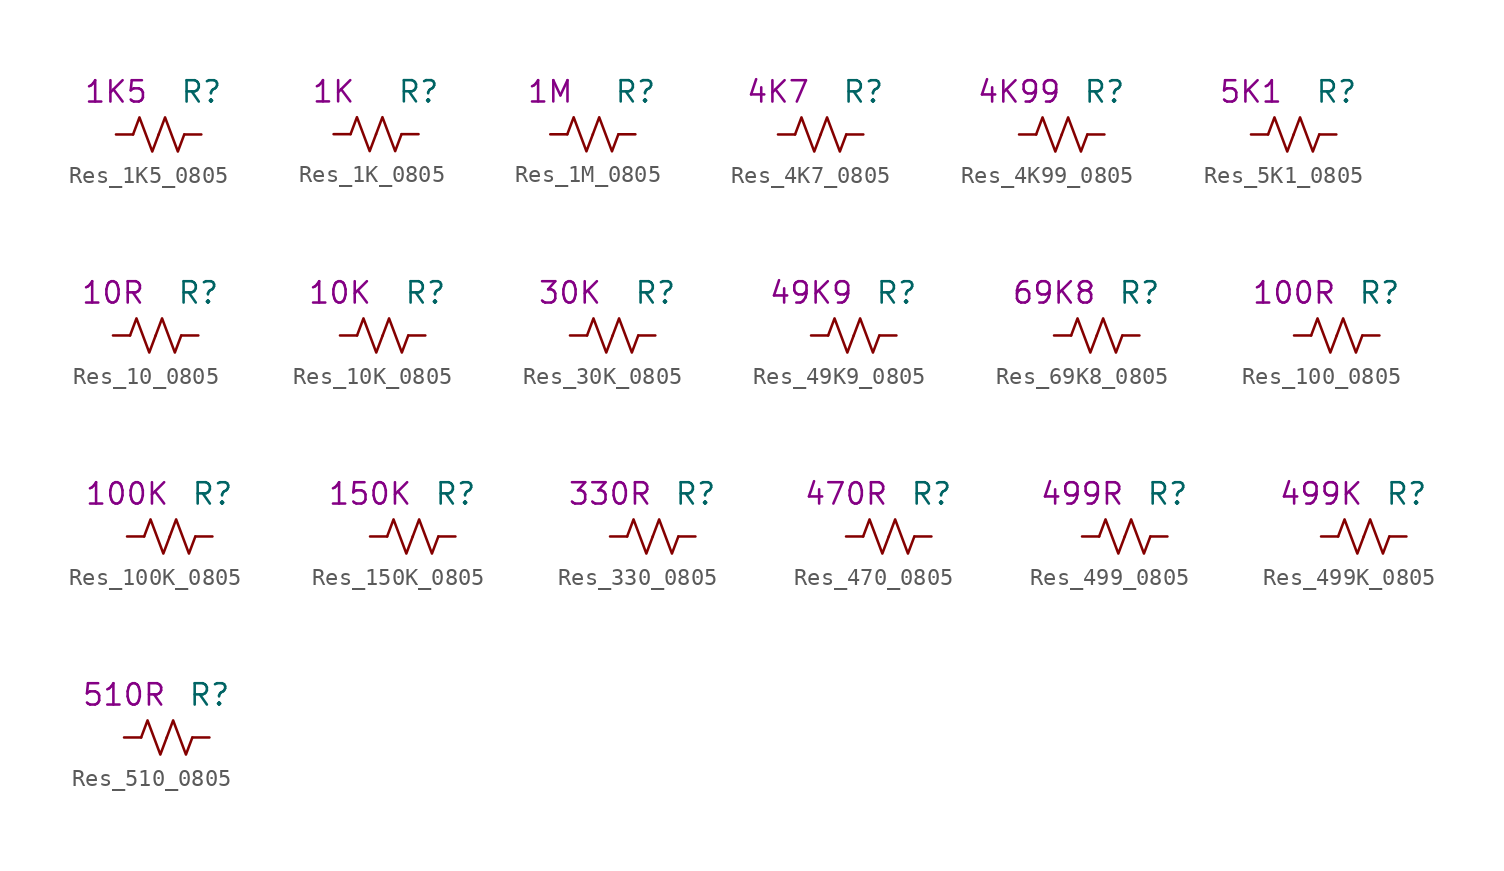
<source format=kicad_sym>
(kicad_symbol_lib
  (version 20211014)
  (generator kicad_symbol_editor)
  (symbol "Res_1K5_0805"
    (pin_numbers hide)
    (pin_names
      (offset 0) hide)
    (property "Reference" "R"
      (at 5.08 2.54 0)
      (effects (font (size 1.27 1.27))))
    (property "Property" "1K5"
      (at 0 2.54 0)
      (effects (font (size 1.27 1.27))))
    (symbol "Res_1K5_0805_1_1"
      (polyline (pts (xy 2.54 0) (xy 2.159 -1.016) (xy 1.778 0) (xy 1.397 1.016) (xy 1.016 0)) (stroke (width 0) (type default) (color 0 0 0 0)) (fill (type none)))
      (polyline (pts (xy 4.064 0) (xy 3.683 -1.016) (xy 3.302 0) (xy 2.921 1.016) (xy 2.54 0)) (stroke (width 0) (type default) (color 0 0 0 0)) (fill (type none)))
      (pin passive line (at 0 0 0) (length 1.016) (name "~" (effects (font (size 1.27 1.27)))) (number "1" (effects (font (size 1.27 1.27)))))
      (pin passive line (at 5.08 0 180) (length 1.016) (name "~" (effects (font (size 1.27 1.27)))) (number "2" (effects (font (size 1.27 1.27)))))))
  (symbol "Res_1K_0805"
    (pin_numbers hide)
    (pin_names
      (offset 0) hide)
    (property "Reference" "R"
      (at 5.08 2.54 0)
      (effects (font (size 1.27 1.27))))
    (property "Property" "1K"
      (at 0 2.54 0)
      (effects (font (size 1.27 1.27))))
    (symbol "Res_1K_0805_1_1"
      (polyline (pts (xy 2.54 0) (xy 2.159 -1.016) (xy 1.778 0) (xy 1.397 1.016) (xy 1.016 0)) (stroke (width 0) (type default) (color 0 0 0 0)) (fill (type none)))
      (polyline (pts (xy 4.064 0) (xy 3.683 -1.016) (xy 3.302 0) (xy 2.921 1.016) (xy 2.54 0)) (stroke (width 0) (type default) (color 0 0 0 0)) (fill (type none)))
      (pin passive line (at 0 0 0) (length 1.016) (name "~" (effects (font (size 1.27 1.27)))) (number "1" (effects (font (size 1.27 1.27)))))
      (pin passive line (at 5.08 0 180) (length 1.016) (name "~" (effects (font (size 1.27 1.27)))) (number "2" (effects (font (size 1.27 1.27)))))))
  (symbol "Res_1M_0805"
    (pin_numbers hide)
    (pin_names
      (offset 0) hide)
    (property "Reference" "R"
      (at 5.08 2.54 0)
      (effects (font (size 1.27 1.27))))
    (property "Property" "1M"
      (at 0 2.54 0)
      (effects (font (size 1.27 1.27))))
    (symbol "Res_1M_0805_1_1"
      (polyline (pts (xy 2.54 0) (xy 2.159 -1.016) (xy 1.778 0) (xy 1.397 1.016) (xy 1.016 0)) (stroke (width 0) (type default) (color 0 0 0 0)) (fill (type none)))
      (polyline (pts (xy 4.064 0) (xy 3.683 -1.016) (xy 3.302 0) (xy 2.921 1.016) (xy 2.54 0)) (stroke (width 0) (type default) (color 0 0 0 0)) (fill (type none)))
      (pin passive line (at 0 0 0) (length 1.016) (name "~" (effects (font (size 1.27 1.27)))) (number "1" (effects (font (size 1.27 1.27)))))
      (pin passive line (at 5.08 0 180) (length 1.016) (name "~" (effects (font (size 1.27 1.27)))) (number "2" (effects (font (size 1.27 1.27)))))))
  (symbol "Res_4K7_0805"
    (pin_numbers hide)
    (pin_names
      (offset 0) hide)
    (property "Reference" "R"
      (at 5.08 2.54 0)
      (effects (font (size 1.27 1.27))))
    (property "Property" "4K7"
      (at 0 2.54 0)
      (effects (font (size 1.27 1.27))))
    (symbol "Res_4K7_0805_1_1"
      (polyline (pts (xy 2.54 0) (xy 2.159 -1.016) (xy 1.778 0) (xy 1.397 1.016) (xy 1.016 0)) (stroke (width 0) (type default) (color 0 0 0 0)) (fill (type none)))
      (polyline (pts (xy 4.064 0) (xy 3.683 -1.016) (xy 3.302 0) (xy 2.921 1.016) (xy 2.54 0)) (stroke (width 0) (type default) (color 0 0 0 0)) (fill (type none)))
      (pin passive line (at 0 0 0) (length 1.016) (name "~" (effects (font (size 1.27 1.27)))) (number "1" (effects (font (size 1.27 1.27)))))
      (pin passive line (at 5.08 0 180) (length 1.016) (name "~" (effects (font (size 1.27 1.27)))) (number "2" (effects (font (size 1.27 1.27)))))))
  (symbol "Res_4K99_0805"
    (pin_numbers hide)
    (pin_names
      (offset 0) hide)
    (property "Reference" "R"
      (at 5.08 2.54 0)
      (effects (font (size 1.27 1.27))))
    (property "Property" "4K99"
      (at 0 2.54 0)
      (effects (font (size 1.27 1.27))))
    (symbol "Res_4K99_0805_1_1"
      (polyline (pts (xy 2.54 0) (xy 2.159 -1.016) (xy 1.778 0) (xy 1.397 1.016) (xy 1.016 0)) (stroke (width 0) (type default) (color 0 0 0 0)) (fill (type none)))
      (polyline (pts (xy 4.064 0) (xy 3.683 -1.016) (xy 3.302 0) (xy 2.921 1.016) (xy 2.54 0)) (stroke (width 0) (type default) (color 0 0 0 0)) (fill (type none)))
      (pin passive line (at 0 0 0) (length 1.016) (name "~" (effects (font (size 1.27 1.27)))) (number "1" (effects (font (size 1.27 1.27)))))
      (pin passive line (at 5.08 0 180) (length 1.016) (name "~" (effects (font (size 1.27 1.27)))) (number "2" (effects (font (size 1.27 1.27)))))))
  (symbol "Res_5K1_0805"
    (pin_numbers hide)
    (pin_names
      (offset 0) hide)
    (property "Reference" "R"
      (at 5.08 2.54 0)
      (effects (font (size 1.27 1.27))))
    (property "Property" "5K1"
      (at 0 2.54 0)
      (effects (font (size 1.27 1.27))))
    (symbol "Res_5K1_0805_1_1"
      (polyline (pts (xy 2.54 0) (xy 2.159 -1.016) (xy 1.778 0) (xy 1.397 1.016) (xy 1.016 0)) (stroke (width 0) (type default) (color 0 0 0 0)) (fill (type none)))
      (polyline (pts (xy 4.064 0) (xy 3.683 -1.016) (xy 3.302 0) (xy 2.921 1.016) (xy 2.54 0)) (stroke (width 0) (type default) (color 0 0 0 0)) (fill (type none)))
      (pin passive line (at 0 0 0) (length 1.016) (name "~" (effects (font (size 1.27 1.27)))) (number "1" (effects (font (size 1.27 1.27)))))
      (pin passive line (at 5.08 0 180) (length 1.016) (name "~" (effects (font (size 1.27 1.27)))) (number "2" (effects (font (size 1.27 1.27)))))))
  (symbol "Res_10_0805"
    (pin_numbers hide)
    (pin_names
      (offset 0) hide)
    (property "Reference" "R"
      (at 5.08 2.54 0)
      (effects (font (size 1.27 1.27))))
    (property "Property" "10R"
      (at 0 2.54 0)
      (effects (font (size 1.27 1.27))))
    (symbol "Res_10_0805_1_1"
      (polyline (pts (xy 2.54 0) (xy 2.159 -1.016) (xy 1.778 0) (xy 1.397 1.016) (xy 1.016 0)) (stroke (width 0) (type default) (color 0 0 0 0)) (fill (type none)))
      (polyline (pts (xy 4.064 0) (xy 3.683 -1.016) (xy 3.302 0) (xy 2.921 1.016) (xy 2.54 0)) (stroke (width 0) (type default) (color 0 0 0 0)) (fill (type none)))
      (pin passive line (at 0 0 0) (length 1.016) (name "~" (effects (font (size 1.27 1.27)))) (number "1" (effects (font (size 1.27 1.27)))))
      (pin passive line (at 5.08 0 180) (length 1.016) (name "~" (effects (font (size 1.27 1.27)))) (number "2" (effects (font (size 1.27 1.27)))))))
  (symbol "Res_10K_0805"
    (pin_numbers hide)
    (pin_names
      (offset 0) hide)
    (property "Reference" "R"
      (at 5.08 2.54 0)
      (effects (font (size 1.27 1.27))))
    (property "Property" "10K"
      (at 0 2.54 0)
      (effects (font (size 1.27 1.27))))
    (symbol "Res_10K_0805_1_1"
      (polyline (pts (xy 2.54 0) (xy 2.159 -1.016) (xy 1.778 0) (xy 1.397 1.016) (xy 1.016 0)) (stroke (width 0) (type default) (color 0 0 0 0)) (fill (type none)))
      (polyline (pts (xy 4.064 0) (xy 3.683 -1.016) (xy 3.302 0) (xy 2.921 1.016) (xy 2.54 0)) (stroke (width 0) (type default) (color 0 0 0 0)) (fill (type none)))
      (pin passive line (at 0 0 0) (length 1.016) (name "~" (effects (font (size 1.27 1.27)))) (number "1" (effects (font (size 1.27 1.27)))))
      (pin passive line (at 5.08 0 180) (length 1.016) (name "~" (effects (font (size 1.27 1.27)))) (number "2" (effects (font (size 1.27 1.27)))))))
  (symbol "Res_30K_0805"
    (pin_numbers hide)
    (pin_names
      (offset 0) hide)
    (property "Reference" "R"
      (at 5.08 2.54 0)
      (effects (font (size 1.27 1.27))))
    (property "Property" "30K"
      (at 0 2.54 0)
      (effects (font (size 1.27 1.27))))
    (symbol "Res_30K_0805_1_1"
      (polyline (pts (xy 2.54 0) (xy 2.159 -1.016) (xy 1.778 0) (xy 1.397 1.016) (xy 1.016 0)) (stroke (width 0) (type default) (color 0 0 0 0)) (fill (type none)))
      (polyline (pts (xy 4.064 0) (xy 3.683 -1.016) (xy 3.302 0) (xy 2.921 1.016) (xy 2.54 0)) (stroke (width 0) (type default) (color 0 0 0 0)) (fill (type none)))
      (pin passive line (at 0 0 0) (length 1.016) (name "~" (effects (font (size 1.27 1.27)))) (number "1" (effects (font (size 1.27 1.27)))))
      (pin passive line (at 5.08 0 180) (length 1.016) (name "~" (effects (font (size 1.27 1.27)))) (number "2" (effects (font (size 1.27 1.27)))))))
  (symbol "Res_49K9_0805"
    (pin_numbers hide)
    (pin_names
      (offset 0) hide)
    (property "Reference" "R"
      (at 5.08 2.54 0)
      (effects (font (size 1.27 1.27))))
    (property "Property" "49K9"
      (at 0 2.54 0)
      (effects (font (size 1.27 1.27))))
    (symbol "Res_49K9_0805_1_1"
      (polyline (pts (xy 2.54 0) (xy 2.159 -1.016) (xy 1.778 0) (xy 1.397 1.016) (xy 1.016 0)) (stroke (width 0) (type default) (color 0 0 0 0)) (fill (type none)))
      (polyline (pts (xy 4.064 0) (xy 3.683 -1.016) (xy 3.302 0) (xy 2.921 1.016) (xy 2.54 0)) (stroke (width 0) (type default) (color 0 0 0 0)) (fill (type none)))
      (pin passive line (at 0 0 0) (length 1.016) (name "~" (effects (font (size 1.27 1.27)))) (number "1" (effects (font (size 1.27 1.27)))))
      (pin passive line (at 5.08 0 180) (length 1.016) (name "~" (effects (font (size 1.27 1.27)))) (number "2" (effects (font (size 1.27 1.27)))))))
  (symbol "Res_69K8_0805"
    (pin_numbers hide)
    (pin_names
      (offset 0) hide)
    (property "Reference" "R"
      (at 5.08 2.54 0)
      (effects (font (size 1.27 1.27))))
    (property "Property" "69K8"
      (at 0 2.54 0)
      (effects (font (size 1.27 1.27))))
    (symbol "Res_69K8_0805_1_1"
      (polyline (pts (xy 2.54 0) (xy 2.159 -1.016) (xy 1.778 0) (xy 1.397 1.016) (xy 1.016 0)) (stroke (width 0) (type default) (color 0 0 0 0)) (fill (type none)))
      (polyline (pts (xy 4.064 0) (xy 3.683 -1.016) (xy 3.302 0) (xy 2.921 1.016) (xy 2.54 0)) (stroke (width 0) (type default) (color 0 0 0 0)) (fill (type none)))
      (pin passive line (at 0 0 0) (length 1.016) (name "~" (effects (font (size 1.27 1.27)))) (number "1" (effects (font (size 1.27 1.27)))))
      (pin passive line (at 5.08 0 180) (length 1.016) (name "~" (effects (font (size 1.27 1.27)))) (number "2" (effects (font (size 1.27 1.27)))))))
  (symbol "Res_100_0805"
    (pin_numbers hide)
    (pin_names
      (offset 0) hide)
    (property "Reference" "R"
      (at 5.08 2.54 0)
      (effects (font (size 1.27 1.27))))
    (property "Property" "100R"
      (at 0 2.54 0)
      (effects (font (size 1.27 1.27))))
    (symbol "Res_100_0805_1_1"
      (polyline (pts (xy 2.54 0) (xy 2.159 -1.016) (xy 1.778 0) (xy 1.397 1.016) (xy 1.016 0)) (stroke (width 0) (type default) (color 0 0 0 0)) (fill (type none)))
      (polyline (pts (xy 4.064 0) (xy 3.683 -1.016) (xy 3.302 0) (xy 2.921 1.016) (xy 2.54 0)) (stroke (width 0) (type default) (color 0 0 0 0)) (fill (type none)))
      (pin passive line (at 0 0 0) (length 1.016) (name "~" (effects (font (size 1.27 1.27)))) (number "1" (effects (font (size 1.27 1.27)))))
      (pin passive line (at 5.08 0 180) (length 1.016) (name "~" (effects (font (size 1.27 1.27)))) (number "2" (effects (font (size 1.27 1.27)))))))
  (symbol "Res_100K_0805"
    (pin_numbers hide)
    (pin_names
      (offset 0) hide)
    (property "Reference" "R"
      (at 5.08 2.54 0)
      (effects (font (size 1.27 1.27))))
    (property "Property" "100K"
      (at 0 2.54 0)
      (effects (font (size 1.27 1.27))))
    (symbol "Res_100K_0805_1_1"
      (polyline (pts (xy 2.54 0) (xy 2.159 -1.016) (xy 1.778 0) (xy 1.397 1.016) (xy 1.016 0)) (stroke (width 0) (type default) (color 0 0 0 0)) (fill (type none)))
      (polyline (pts (xy 4.064 0) (xy 3.683 -1.016) (xy 3.302 0) (xy 2.921 1.016) (xy 2.54 0)) (stroke (width 0) (type default) (color 0 0 0 0)) (fill (type none)))
      (pin passive line (at 0 0 0) (length 1.016) (name "~" (effects (font (size 1.27 1.27)))) (number "1" (effects (font (size 1.27 1.27)))))
      (pin passive line (at 5.08 0 180) (length 1.016) (name "~" (effects (font (size 1.27 1.27)))) (number "2" (effects (font (size 1.27 1.27)))))))
  (symbol "Res_150K_0805"
    (pin_numbers hide)
    (pin_names
      (offset 0) hide)
    (property "Reference" "R"
      (at 5.08 2.54 0)
      (effects (font (size 1.27 1.27))))
    (property "Property" "150K"
      (at 0 2.54 0)
      (effects (font (size 1.27 1.27))))
    (symbol "Res_150K_0805_1_1"
      (polyline (pts (xy 2.54 0) (xy 2.159 -1.016) (xy 1.778 0) (xy 1.397 1.016) (xy 1.016 0)) (stroke (width 0) (type default) (color 0 0 0 0)) (fill (type none)))
      (polyline (pts (xy 4.064 0) (xy 3.683 -1.016) (xy 3.302 0) (xy 2.921 1.016) (xy 2.54 0)) (stroke (width 0) (type default) (color 0 0 0 0)) (fill (type none)))
      (pin passive line (at 0 0 0) (length 1.016) (name "~" (effects (font (size 1.27 1.27)))) (number "1" (effects (font (size 1.27 1.27)))))
      (pin passive line (at 5.08 0 180) (length 1.016) (name "~" (effects (font (size 1.27 1.27)))) (number "2" (effects (font (size 1.27 1.27)))))))
  (symbol "Res_330_0805"
    (pin_numbers hide)
    (pin_names
      (offset 0) hide)
    (property "Reference" "R"
      (at 5.08 2.54 0)
      (effects (font (size 1.27 1.27))))
    (property "Property" "330R"
      (at 0 2.54 0)
      (effects (font (size 1.27 1.27))))
    (symbol "Res_330_0805_1_1"
      (polyline (pts (xy 2.54 0) (xy 2.159 -1.016) (xy 1.778 0) (xy 1.397 1.016) (xy 1.016 0)) (stroke (width 0) (type default) (color 0 0 0 0)) (fill (type none)))
      (polyline (pts (xy 4.064 0) (xy 3.683 -1.016) (xy 3.302 0) (xy 2.921 1.016) (xy 2.54 0)) (stroke (width 0) (type default) (color 0 0 0 0)) (fill (type none)))
      (pin passive line (at 0 0 0) (length 1.016) (name "~" (effects (font (size 1.27 1.27)))) (number "1" (effects (font (size 1.27 1.27)))))
      (pin passive line (at 5.08 0 180) (length 1.016) (name "~" (effects (font (size 1.27 1.27)))) (number "2" (effects (font (size 1.27 1.27)))))))
  (symbol "Res_470_0805"
    (pin_numbers hide)
    (pin_names
      (offset 0) hide)
    (property "Reference" "R"
      (at 5.08 2.54 0)
      (effects (font (size 1.27 1.27))))
    (property "Property" "470R"
      (at 0 2.54 0)
      (effects (font (size 1.27 1.27))))
    (symbol "Res_470_0805_1_1"
      (polyline (pts (xy 2.54 0) (xy 2.159 -1.016) (xy 1.778 0) (xy 1.397 1.016) (xy 1.016 0)) (stroke (width 0) (type default) (color 0 0 0 0)) (fill (type none)))
      (polyline (pts (xy 4.064 0) (xy 3.683 -1.016) (xy 3.302 0) (xy 2.921 1.016) (xy 2.54 0)) (stroke (width 0) (type default) (color 0 0 0 0)) (fill (type none)))
      (pin passive line (at 0 0 0) (length 1.016) (name "~" (effects (font (size 1.27 1.27)))) (number "1" (effects (font (size 1.27 1.27)))))
      (pin passive line (at 5.08 0 180) (length 1.016) (name "~" (effects (font (size 1.27 1.27)))) (number "2" (effects (font (size 1.27 1.27)))))))
  (symbol "Res_499_0805"
    (pin_numbers hide)
    (pin_names
      (offset 0) hide)
    (property "Reference" "R"
      (at 5.08 2.54 0)
      (effects (font (size 1.27 1.27))))
    (property "Property" "499R"
      (at 0 2.54 0)
      (effects (font (size 1.27 1.27))))
    (symbol "Res_499_0805_1_1"
      (polyline (pts (xy 2.54 0) (xy 2.159 -1.016) (xy 1.778 0) (xy 1.397 1.016) (xy 1.016 0)) (stroke (width 0) (type default) (color 0 0 0 0)) (fill (type none)))
      (polyline (pts (xy 4.064 0) (xy 3.683 -1.016) (xy 3.302 0) (xy 2.921 1.016) (xy 2.54 0)) (stroke (width 0) (type default) (color 0 0 0 0)) (fill (type none)))
      (pin passive line (at 0 0 0) (length 1.016) (name "~" (effects (font (size 1.27 1.27)))) (number "1" (effects (font (size 1.27 1.27)))))
      (pin passive line (at 5.08 0 180) (length 1.016) (name "~" (effects (font (size 1.27 1.27)))) (number "2" (effects (font (size 1.27 1.27)))))))
  (symbol "Res_499K_0805"
    (pin_numbers hide)
    (pin_names
      (offset 0) hide)
    (property "Reference" "R"
      (at 5.08 2.54 0)
      (effects (font (size 1.27 1.27))))
    (property "Property" "499K"
      (at 0 2.54 0)
      (effects (font (size 1.27 1.27))))
    (symbol "Res_499K_0805_1_1"
      (polyline (pts (xy 2.54 0) (xy 2.159 -1.016) (xy 1.778 0) (xy 1.397 1.016) (xy 1.016 0)) (stroke (width 0) (type default) (color 0 0 0 0)) (fill (type none)))
      (polyline (pts (xy 4.064 0) (xy 3.683 -1.016) (xy 3.302 0) (xy 2.921 1.016) (xy 2.54 0)) (stroke (width 0) (type default) (color 0 0 0 0)) (fill (type none)))
      (pin passive line (at 0 0 0) (length 1.016) (name "~" (effects (font (size 1.27 1.27)))) (number "1" (effects (font (size 1.27 1.27)))))
      (pin passive line (at 5.08 0 180) (length 1.016) (name "~" (effects (font (size 1.27 1.27)))) (number "2" (effects (font (size 1.27 1.27)))))))
  (symbol "Res_510_0805"
    (pin_numbers hide)
    (pin_names
      (offset 0) hide)
    (property "Reference" "R"
      (at 5.08 2.54 0)
      (effects (font (size 1.27 1.27))))
    (property "Property" "510R"
      (at 0 2.54 0)
      (effects (font (size 1.27 1.27))))
    (symbol "Res_510_0805_1_1"
      (polyline (pts (xy 2.54 0) (xy 2.159 -1.016) (xy 1.778 0) (xy 1.397 1.016) (xy 1.016 0)) (stroke (width 0) (type default) (color 0 0 0 0)) (fill (type none)))
      (polyline (pts (xy 4.064 0) (xy 3.683 -1.016) (xy 3.302 0) (xy 2.921 1.016) (xy 2.54 0)) (stroke (width 0) (type default) (color 0 0 0 0)) (fill (type none)))
      (pin passive line (at 0 0 0) (length 1.016) (name "~" (effects (font (size 1.27 1.27)))) (number "1" (effects (font (size 1.27 1.27)))))
      (pin passive line (at 5.08 0 180) (length 1.016) (name "~" (effects (font (size 1.27 1.27)))) (number "2" (effects (font (size 1.27 1.27))))))))
</source>
